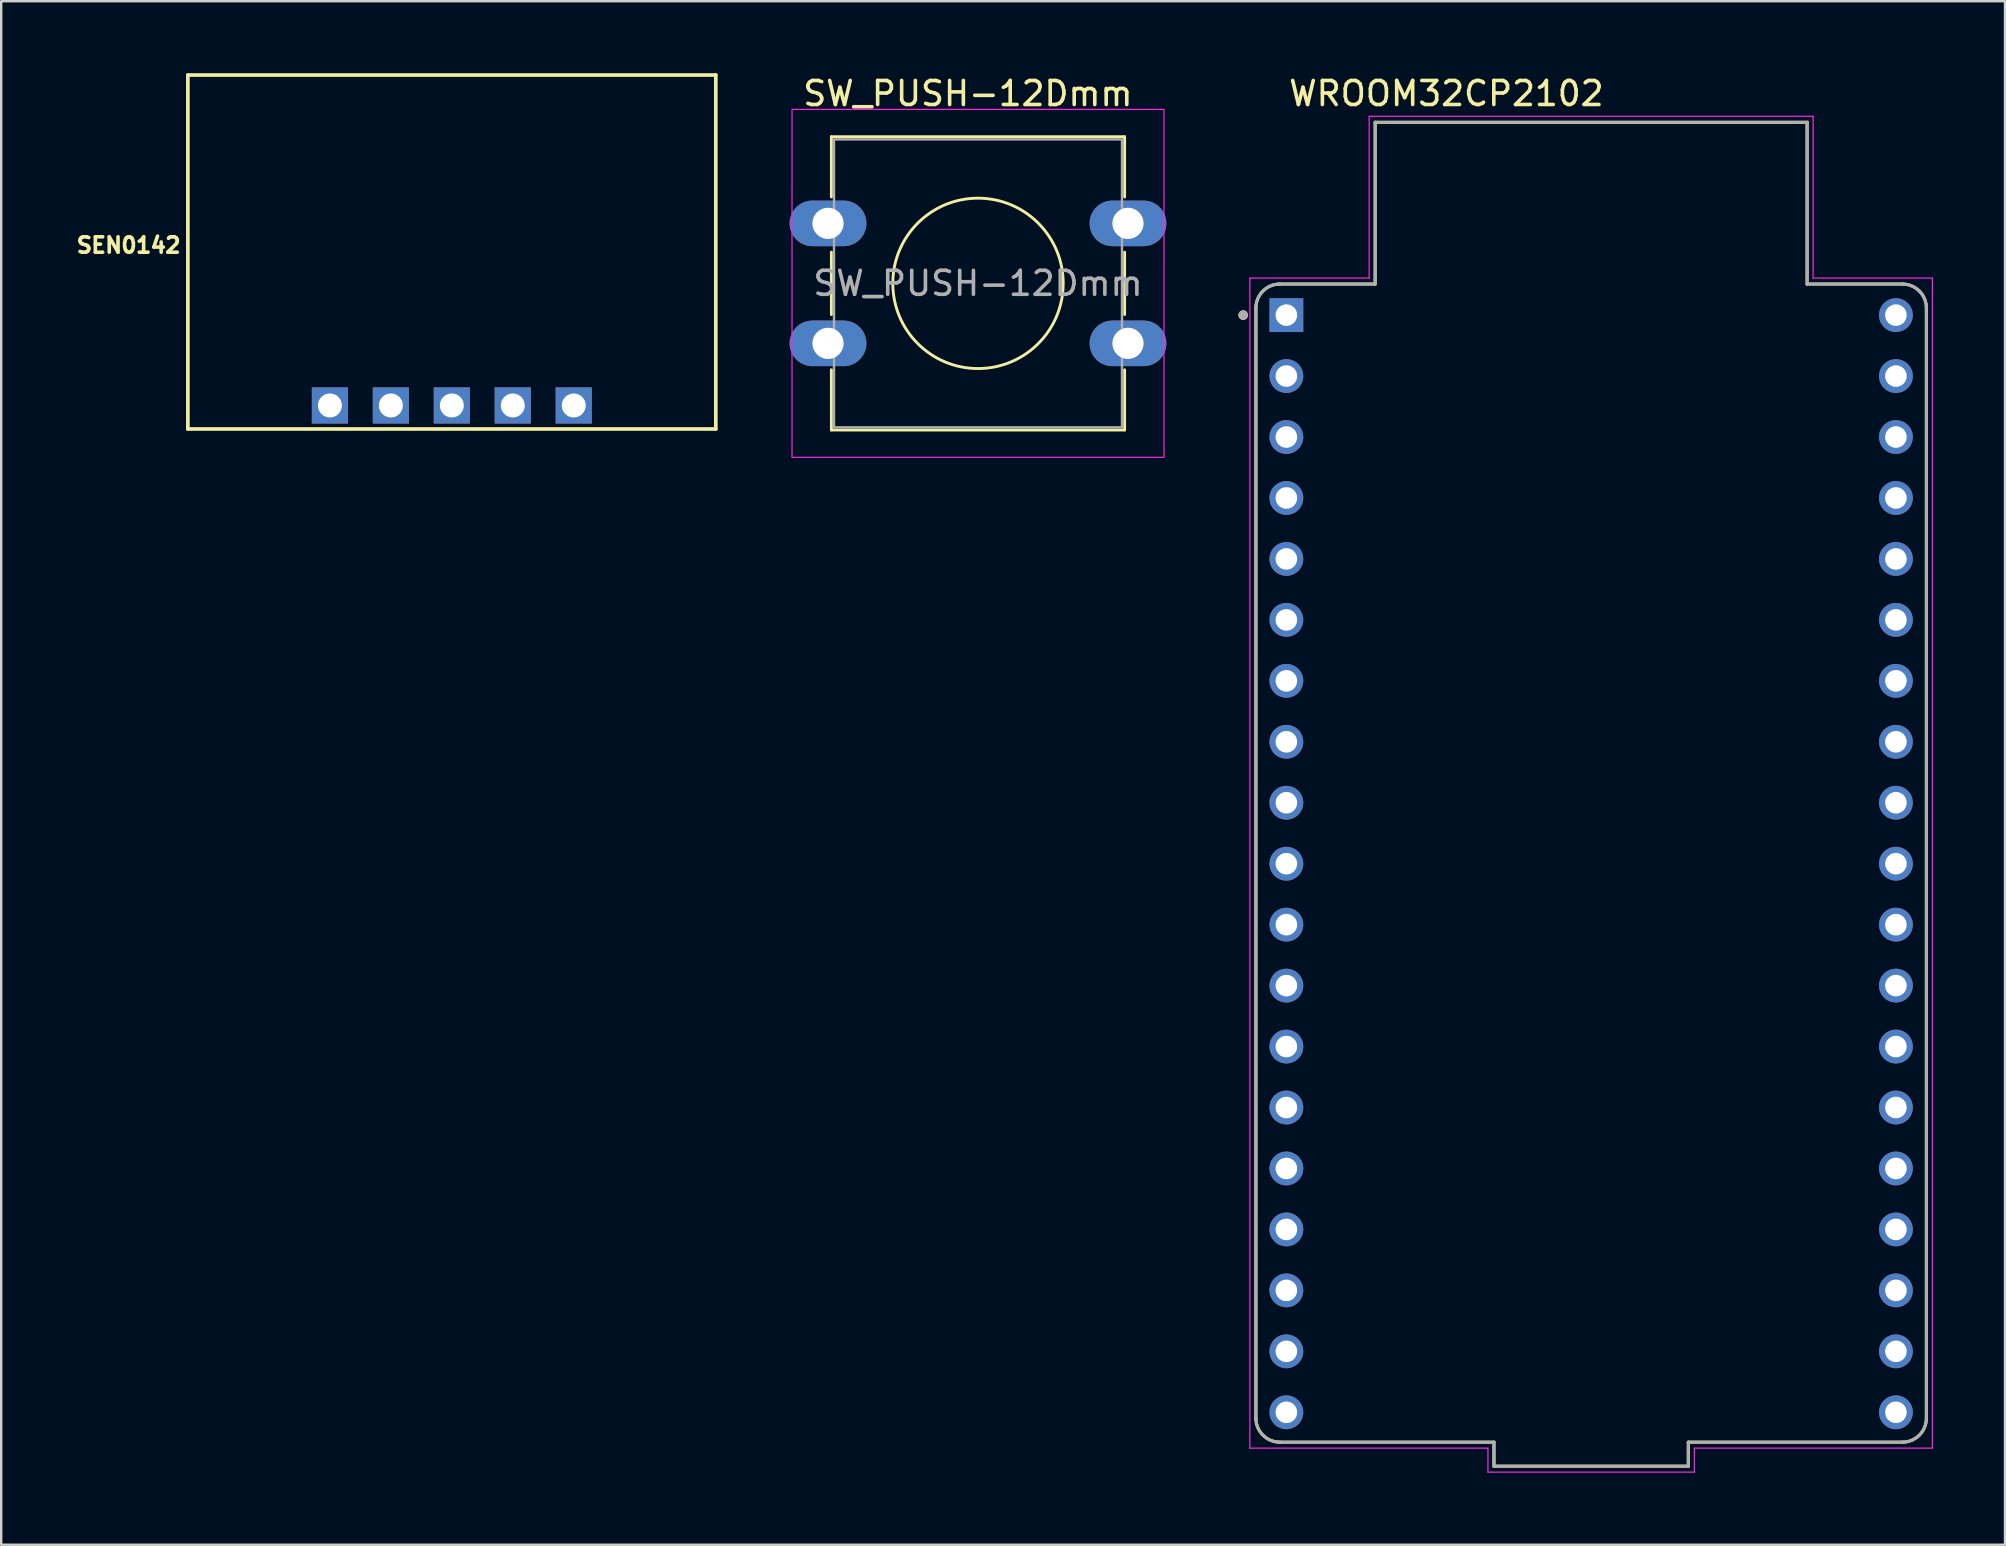
<source format=kicad_pcb>
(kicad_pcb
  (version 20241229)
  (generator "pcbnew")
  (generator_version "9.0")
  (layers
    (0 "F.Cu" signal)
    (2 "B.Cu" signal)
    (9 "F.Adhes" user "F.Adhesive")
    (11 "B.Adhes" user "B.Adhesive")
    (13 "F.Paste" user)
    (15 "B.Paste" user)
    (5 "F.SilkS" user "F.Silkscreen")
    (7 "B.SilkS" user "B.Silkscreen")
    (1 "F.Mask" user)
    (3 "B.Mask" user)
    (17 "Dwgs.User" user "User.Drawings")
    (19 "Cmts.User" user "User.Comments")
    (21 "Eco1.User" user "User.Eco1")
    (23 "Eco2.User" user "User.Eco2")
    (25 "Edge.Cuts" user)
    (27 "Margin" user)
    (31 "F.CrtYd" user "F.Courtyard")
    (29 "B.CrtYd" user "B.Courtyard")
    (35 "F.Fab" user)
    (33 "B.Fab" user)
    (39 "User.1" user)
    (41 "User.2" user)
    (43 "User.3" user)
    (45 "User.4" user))
  (footprint "WROOM32CP2102"
    (layer "F.Cu")
    (at 63.254 32.916)
    (property "Reference" "WROOM32CP2102" (at -6.032 -32.068 0) (layer "F.SilkS") (effects (font (size 1 1) (thickness 0.15))))
    (attr through_hole)
    (fp_line (start -13.97 23.13) (end -13.97 -23.13) (stroke (width 0.127) (type solid)) (layer "F.SilkS"))
    (fp_line (start -12.97 -24.13) (end -9 -24.13) (stroke (width 0.127) (type solid)) (layer "F.SilkS"))
    (fp_line (start -12.97 24.13) (end -4.05 24.13) (stroke (width 0.127) (type solid)) (layer "F.SilkS"))
    (fp_line (start -9 -30.87) (end 9 -30.87) (stroke (width 0.127) (type solid)) (layer "F.SilkS"))
    (fp_line (start -9 -24.13) (end -9 -30.87) (stroke (width 0.127) (type solid)) (layer "F.SilkS"))
    (fp_line (start -4.05 24.13) (end -4.05 25.13) (stroke (width 0.127) (type solid)) (layer "F.SilkS"))
    (fp_line (start -4.05 25.13) (end 4.05 25.13) (stroke (width 0.127) (type solid)) (layer "F.SilkS"))
    (fp_line (start 4.05 24.13) (end 12.97 24.13) (stroke (width 0.127) (type solid)) (layer "F.SilkS"))
    (fp_line (start 4.05 25.13) (end 4.05 24.13) (stroke (width 0.127) (type solid)) (layer "F.SilkS"))
    (fp_line (start 9 -30.87) (end 9 -24.13) (stroke (width 0.127) (type solid)) (layer "F.SilkS"))
    (fp_line (start 9 -24.13) (end 12.97 -24.13) (stroke (width 0.127) (type solid)) (layer "F.SilkS"))
    (fp_line (start 13.97 23.13) (end 13.97 -23.13) (stroke (width 0.127) (type solid)) (layer "F.SilkS"))
    (fp_arc (start -13.97 -23.13) (mid -13.677107 -23.837107) (end -12.97 -24.13) (stroke (width 0.127) (type solid)) (layer "F.SilkS"))
    (fp_arc (start -12.97 24.13) (mid -13.677107 23.837107) (end -13.97 23.13) (stroke (width 0.127) (type solid)) (layer "F.SilkS"))
    (fp_arc (start 12.97 -24.13) (mid 13.677107 -23.837107) (end 13.97 -23.13) (stroke (width 0.127) (type solid)) (layer "F.SilkS"))
    (fp_arc (start 13.97 23.13) (mid 13.677107 23.837107) (end 12.97 24.13) (stroke (width 0.127) (type solid)) (layer "F.SilkS"))
    (fp_circle (center -14.5 -22.835) (end -14.4 -22.835) (stroke (width 0.2) (type solid)) (fill no) (layer "F.SilkS"))
    (fp_line (start -14.22 -24.38) (end -14.22 24.38) (stroke (width 0.05) (type solid)) (layer "F.CrtYd"))
    (fp_line (start -14.22 24.38) (end -4.3 24.38) (stroke (width 0.05) (type solid)) (layer "F.CrtYd"))
    (fp_line (start -9.25 -31.12) (end -9.25 -24.38) (stroke (width 0.05) (type solid)) (layer "F.CrtYd"))
    (fp_line (start -9.25 -24.38) (end -14.22 -24.38) (stroke (width 0.05) (type solid)) (layer "F.CrtYd"))
    (fp_line (start -4.3 24.38) (end -4.3 25.38) (stroke (width 0.05) (type solid)) (layer "F.CrtYd"))
    (fp_line (start -4.3 25.38) (end 4.3 25.38) (stroke (width 0.05) (type solid)) (layer "F.CrtYd"))
    (fp_line (start 4.3 24.38) (end 14.22 24.38) (stroke (width 0.05) (type solid)) (layer "F.CrtYd"))
    (fp_line (start 4.3 25.38) (end 4.3 24.38) (stroke (width 0.05) (type solid)) (layer "F.CrtYd"))
    (fp_line (start 9.25 -31.12) (end -9.25 -31.12) (stroke (width 0.05) (type solid)) (layer "F.CrtYd"))
    (fp_line (start 9.25 -24.38) (end 9.25 -31.12) (stroke (width 0.05) (type solid)) (layer "F.CrtYd"))
    (fp_line (start 14.22 -24.38) (end 9.25 -24.38) (stroke (width 0.05) (type solid)) (layer "F.CrtYd"))
    (fp_line (start 14.22 24.38) (end 14.22 -24.38) (stroke (width 0.05) (type solid)) (layer "F.CrtYd"))
    (fp_line (start -13.97 23.13) (end -13.97 -23.13) (stroke (width 0.127) (type solid)) (layer "F.Fab"))
    (fp_line (start -12.97 -24.13) (end -9 -24.13) (stroke (width 0.127) (type solid)) (layer "F.Fab"))
    (fp_line (start -12.97 24.13) (end -4.05 24.13) (stroke (width 0.127) (type solid)) (layer "F.Fab"))
    (fp_line (start -9 -30.87) (end 9 -30.87) (stroke (width 0.127) (type solid)) (layer "F.Fab"))
    (fp_line (start -9 -24.13) (end -9 -30.87) (stroke (width 0.127) (type solid)) (layer "F.Fab"))
    (fp_line (start -4.05 24.13) (end -4.05 25.13) (stroke (width 0.127) (type solid)) (layer "F.Fab"))
    (fp_line (start -4.05 25.13) (end 4.05 25.13) (stroke (width 0.127) (type solid)) (layer "F.Fab"))
    (fp_line (start 4.05 24.13) (end 12.97 24.13) (stroke (width 0.127) (type solid)) (layer "F.Fab"))
    (fp_line (start 4.05 25.13) (end 4.05 24.13) (stroke (width 0.127) (type solid)) (layer "F.Fab"))
    (fp_line (start 9 -30.87) (end 9 -24.13) (stroke (width 0.127) (type solid)) (layer "F.Fab"))
    (fp_line (start 9 -24.13) (end 12.97 -24.13) (stroke (width 0.127) (type solid)) (layer "F.Fab"))
    (fp_line (start 13.97 23.13) (end 13.97 -23.13) (stroke (width 0.127) (type solid)) (layer "F.Fab"))
    (fp_arc (start -13.97 -23.13) (mid -13.677107 -23.837107) (end -12.97 -24.13) (stroke (width 0.127) (type solid)) (layer "F.Fab"))
    (fp_arc (start -12.97 24.13) (mid -13.677107 23.837107) (end -13.97 23.13) (stroke (width 0.127) (type solid)) (layer "F.Fab"))
    (fp_arc (start 12.97 -24.13) (mid 13.677107 -23.837107) (end 13.97 -23.13) (stroke (width 0.127) (type solid)) (layer "F.Fab"))
    (fp_arc (start 13.97 23.13) (mid 13.677107 23.837107) (end 12.97 24.13) (stroke (width 0.127) (type solid)) (layer "F.Fab"))
    (fp_circle (center -14.5 -22.835) (end -14.4 -22.835) (stroke (width 0.2) (type solid)) (fill no) (layer "F.Fab"))
    (pad "J2_1" thru_hole rect (at -12.7 -22.835) (size 1.408 1.408) (drill 0.9) (layers "*.Cu" "*.Mask"))
    (pad "J2_2" thru_hole circle (at -12.7 -20.295) (size 1.408 1.408) (drill 0.9) (layers "*.Cu" "*.Mask"))
    (pad "J2_3" thru_hole circle (at -12.7 -17.755) (size 1.408 1.408) (drill 0.9) (layers "*.Cu" "*.Mask"))
    (pad "J2_4" thru_hole circle (at -12.7 -15.215) (size 1.408 1.408) (drill 0.9) (layers "*.Cu" "*.Mask"))
    (pad "J2_5" thru_hole circle (at -12.7 -12.675) (size 1.408 1.408) (drill 0.9) (layers "*.Cu" "*.Mask"))
    (pad "J2_6" thru_hole circle (at -12.7 -10.135) (size 1.408 1.408) (drill 0.9) (layers "*.Cu" "*.Mask"))
    (pad "J2_7" thru_hole circle (at -12.7 -7.595) (size 1.408 1.408) (drill 0.9) (layers "*.Cu" "*.Mask"))
    (pad "J2_8" thru_hole circle (at -12.7 -5.055) (size 1.408 1.408) (drill 0.9) (layers "*.Cu" "*.Mask"))
    (pad "J2_9" thru_hole circle (at -12.7 -2.515) (size 1.408 1.408) (drill 0.9) (layers "*.Cu" "*.Mask"))
    (pad "J2_10" thru_hole circle (at -12.7 0.025) (size 1.408 1.408) (drill 0.9) (layers "*.Cu" "*.Mask"))
    (pad "J2_11" thru_hole circle (at -12.7 2.565) (size 1.408 1.408) (drill 0.9) (layers "*.Cu" "*.Mask"))
    (pad "J2_12" thru_hole circle (at -12.7 5.105) (size 1.408 1.408) (drill 0.9) (layers "*.Cu" "*.Mask"))
    (pad "J2_13" thru_hole circle (at -12.7 7.645) (size 1.408 1.408) (drill 0.9) (layers "*.Cu" "*.Mask"))
    (pad "J2_14" thru_hole circle (at -12.7 10.185) (size 1.408 1.408) (drill 0.9) (layers "*.Cu" "*.Mask"))
    (pad "J2_15" thru_hole circle (at -12.7 12.725) (size 1.408 1.408) (drill 0.9) (layers "*.Cu" "*.Mask"))
    (pad "J2_16" thru_hole circle (at -12.7 15.265) (size 1.408 1.408) (drill 0.9) (layers "*.Cu" "*.Mask"))
    (pad "J2_17" thru_hole circle (at -12.7 17.805) (size 1.408 1.408) (drill 0.9) (layers "*.Cu" "*.Mask"))
    (pad "J2_18" thru_hole circle (at -12.7 20.345) (size 1.408 1.408) (drill 0.9) (layers "*.Cu" "*.Mask"))
    (pad "J2_19" thru_hole circle (at -12.7 22.885) (size 1.408 1.408) (drill 0.9) (layers "*.Cu" "*.Mask"))
    (pad "J3_1" thru_hole circle (at 12.7 -22.835) (size 1.408 1.408) (drill 0.9) (layers "*.Cu" "*.Mask"))
    (pad "J3_2" thru_hole circle (at 12.7 -20.295) (size 1.408 1.408) (drill 0.9) (layers "*.Cu" "*.Mask"))
    (pad "J3_3" thru_hole circle (at 12.7 -17.755) (size 1.408 1.408) (drill 0.9) (layers "*.Cu" "*.Mask"))
    (pad "J3_4" thru_hole circle (at 12.7 -15.215) (size 1.408 1.408) (drill 0.9) (layers "*.Cu" "*.Mask"))
    (pad "J3_5" thru_hole circle (at 12.7 -12.675) (size 1.408 1.408) (drill 0.9) (layers "*.Cu" "*.Mask"))
    (pad "J3_6" thru_hole circle (at 12.7 -10.135) (size 1.408 1.408) (drill 0.9) (layers "*.Cu" "*.Mask"))
    (pad "J3_7" thru_hole circle (at 12.7 -7.595) (size 1.408 1.408) (drill 0.9) (layers "*.Cu" "*.Mask"))
    (pad "J3_8" thru_hole circle (at 12.7 -5.055) (size 1.408 1.408) (drill 0.9) (layers "*.Cu" "*.Mask"))
    (pad "J3_9" thru_hole circle (at 12.7 -2.515) (size 1.408 1.408) (drill 0.9) (layers "*.Cu" "*.Mask"))
    (pad "J3_10" thru_hole circle (at 12.7 0.025) (size 1.408 1.408) (drill 0.9) (layers "*.Cu" "*.Mask"))
    (pad "J3_11" thru_hole circle (at 12.7 2.565) (size 1.408 1.408) (drill 0.9) (layers "*.Cu" "*.Mask"))
    (pad "J3_12" thru_hole circle (at 12.7 5.105) (size 1.408 1.408) (drill 0.9) (layers "*.Cu" "*.Mask"))
    (pad "J3_13" thru_hole circle (at 12.7 7.645) (size 1.408 1.408) (drill 0.9) (layers "*.Cu" "*.Mask"))
    (pad "J3_14" thru_hole circle (at 12.7 10.185) (size 1.408 1.408) (drill 0.9) (layers "*.Cu" "*.Mask"))
    (pad "J3_15" thru_hole circle (at 12.7 12.725) (size 1.408 1.408) (drill 0.9) (layers "*.Cu" "*.Mask"))
    (pad "J3_16" thru_hole circle (at 12.7 15.265) (size 1.408 1.408) (drill 0.9) (layers "*.Cu" "*.Mask"))
    (pad "J3_17" thru_hole circle (at 12.7 17.805) (size 1.408 1.408) (drill 0.9) (layers "*.Cu" "*.Mask"))
    (pad "J3_18" thru_hole circle (at 12.7 20.345) (size 1.408 1.408) (drill 0.9) (layers "*.Cu" "*.Mask"))
    (pad "J3_19" thru_hole circle (at 12.7 22.885) (size 1.408 1.408) (drill 0.9) (layers "*.Cu" "*.Mask")))
  (footprint "SEN0142"
    (layer "F.Cu")
    (at 15.778 12.576)
    (property "Reference" "SEN0142" (at -13.468 -5.406 0) (layer "F.SilkS") (effects (font (size 0.64 0.64) (thickness 0.15))))
    (attr through_hole)
    (fp_line (start -11 -12.5) (end -11 2.25) (stroke (width 0.152) (type solid)) (layer "F.SilkS"))
    (fp_line (start 11 -12.5) (end -11 -12.5) (stroke (width 0.152) (type solid)) (layer "F.SilkS"))
    (fp_line (start 11 2.25) (end -11 2.25) (stroke (width 0.152) (type solid)) (layer "F.SilkS"))
    (fp_line (start 11 2.25) (end 11 -12.5) (stroke (width 0.152) (type solid)) (layer "F.SilkS"))
    (pad "1" thru_hole rect (at -5.08 1.27) (size 1.508 1.508) (drill 1) (layers "*.Cu" "*.Mask"))
    (pad "2" thru_hole rect (at -2.54 1.27) (size 1.508 1.508) (drill 1) (layers "*.Cu" "*.Mask"))
    (pad "3" thru_hole rect (at 0 1.27) (size 1.508 1.508) (drill 1) (layers "*.Cu" "*.Mask"))
    (pad "4" thru_hole rect (at 2.54 1.27) (size 1.508 1.508) (drill 1) (layers "*.Cu" "*.Mask"))
    (pad "5" thru_hole rect (at 5.08 1.27) (size 1.508 1.508) (drill 1) (layers "*.Cu" "*.Mask")))
  (footprint "SW_PUSH-12Dmm"
    (layer "F.Cu")
    (at 31.454 6.258)
    (property "Reference" "SW_PUSH-12Dmm" (at 5.83 -5.41 0) (layer "F.SilkS") (effects (font (size 1 1) (thickness 0.15))))
    (attr through_hole)
    (fp_line (start 0.14 -3.61) (end 0.14 -1.1) (stroke (width 0.12) (type default)) (layer "F.SilkS"))
    (fp_line (start 0.14 -3.61) (end 12.36 -3.61) (stroke (width 0.12) (type default)) (layer "F.SilkS"))
    (fp_line (start 0.14 1.2) (end 0.14 3.8) (stroke (width 0.12) (type default)) (layer "F.SilkS"))
    (fp_line (start 0.14 6.1) (end 0.14 8.61) (stroke (width 0.12) (type default)) (layer "F.SilkS"))
    (fp_line (start 12.36 -3.61) (end 12.36 -1.1) (stroke (width 0.12) (type default)) (layer "F.SilkS"))
    (fp_line (start 12.36 1.2) (end 12.36 3.8) (stroke (width 0.12) (type default)) (layer "F.SilkS"))
    (fp_line (start 12.36 6.1) (end 12.36 8.61) (stroke (width 0.12) (type default)) (layer "F.SilkS"))
    (fp_line (start 12.36 8.61) (end 0.14 8.61) (stroke (width 0.12) (type default)) (layer "F.SilkS"))
    (fp_circle (center 6.25 2.5) (end 9.8 2.5) (stroke (width 0.12) (type default)) (fill no) (layer "F.SilkS"))
    (fp_rect (start -1.5 -4.75) (end 14 9.75) (stroke (width 0.05) (type default)) (fill no) (layer "F.CrtYd"))
    (fp_rect (start 0.25 -3.5) (end 12.25 8.5) (stroke (width 0.1) (type default)) (fill no) (layer "F.Fab"))
    (fp_text user "${REFERENCE}" (at 6.25 2.5 0) (layer "F.Fab") (effects (font (size 1 1) (thickness 0.15))))
    (pad "" thru_hole oval (at 12.5 0) (size 3.2 1.9) (drill 1.3) (layers "*.Cu" "*.Mask"))
    (pad "1" thru_hole oval (at 0 0) (size 3.2 1.9) (drill 1.3) (layers "*.Cu" "*.Mask"))
    (pad "2" thru_hole oval (at 0 5) (size 3.2 1.9) (drill 1.3) (layers "*.Cu" "*.Mask"))
    (pad "2" thru_hole oval (at 12.5 5) (size 3.2 1.9) (drill 1.3) (layers "*.Cu" "*.Mask")))
  (gr_rect
    (start -3 -3)
    (end 80.499 61.321)
    (stroke (width 0.1) (type default))
    (fill no)
    (layer "Edge.Cuts")))
</source>
